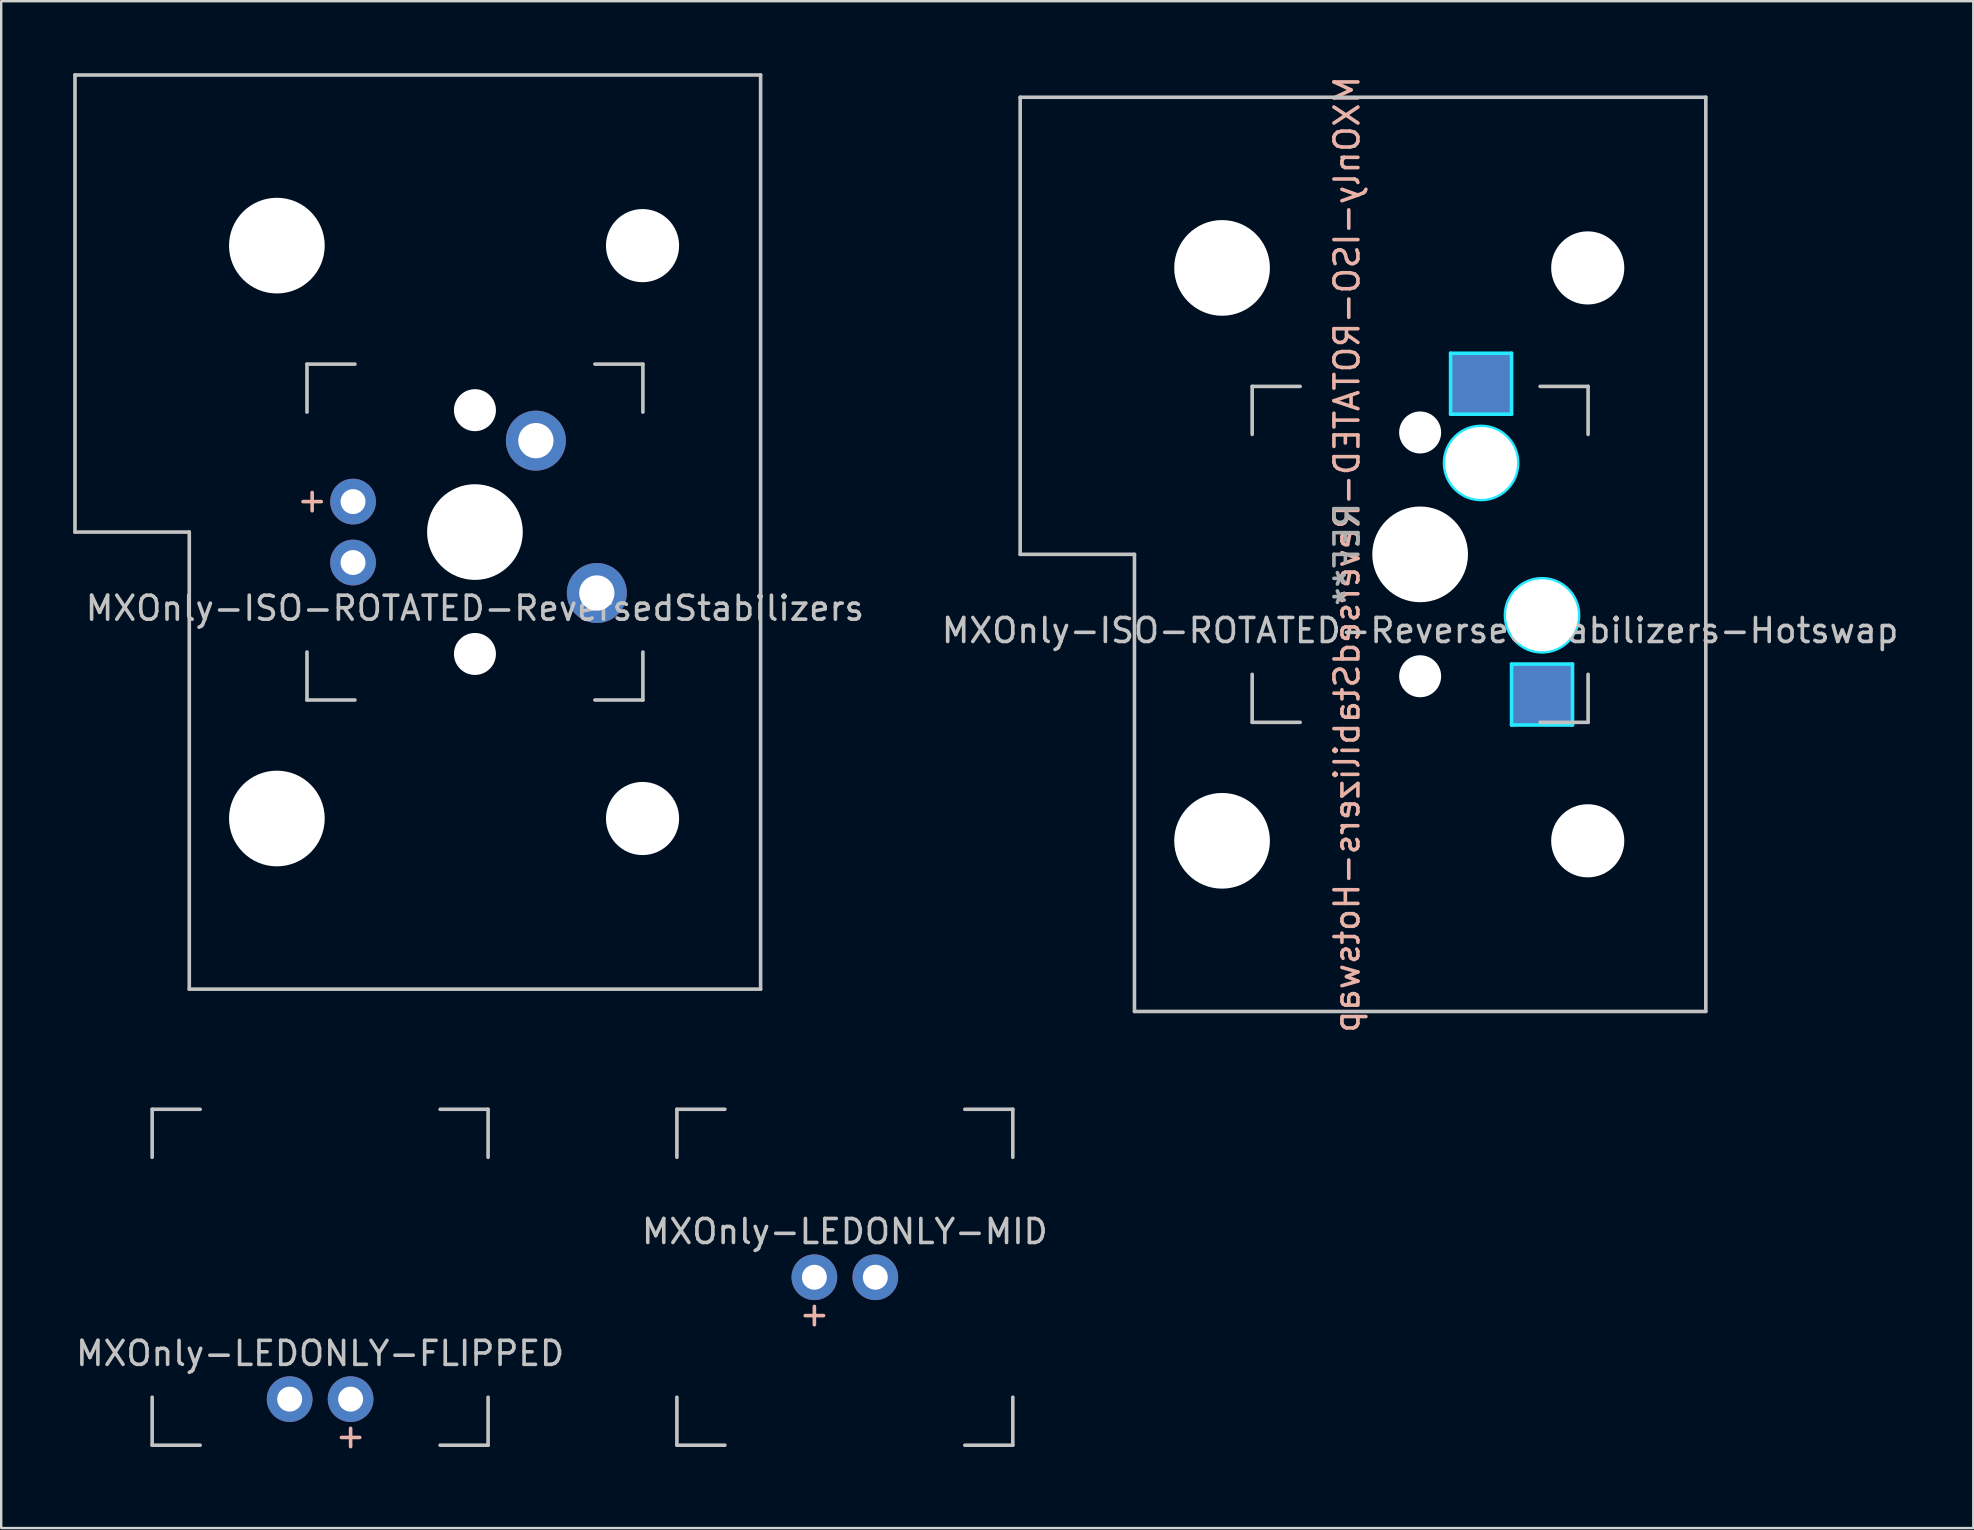
<source format=kicad_pcb>
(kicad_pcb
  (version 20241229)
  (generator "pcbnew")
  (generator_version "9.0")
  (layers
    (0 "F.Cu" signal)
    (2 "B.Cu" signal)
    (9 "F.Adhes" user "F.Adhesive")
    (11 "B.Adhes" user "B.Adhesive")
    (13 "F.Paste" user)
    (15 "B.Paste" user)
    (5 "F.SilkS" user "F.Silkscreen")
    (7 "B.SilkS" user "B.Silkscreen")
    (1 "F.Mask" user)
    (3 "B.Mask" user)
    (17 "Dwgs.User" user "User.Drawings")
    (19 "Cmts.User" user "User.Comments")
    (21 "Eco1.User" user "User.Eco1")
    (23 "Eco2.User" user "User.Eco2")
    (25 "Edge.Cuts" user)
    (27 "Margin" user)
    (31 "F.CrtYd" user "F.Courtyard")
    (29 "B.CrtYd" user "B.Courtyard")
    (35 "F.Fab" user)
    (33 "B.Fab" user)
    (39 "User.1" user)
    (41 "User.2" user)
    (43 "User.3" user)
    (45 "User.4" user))
  (footprint "MXOnly-ISO-ROTATED-ReversedStabilizers"
    (layer "F.Cu")
    (at 16.744 19.125)
    (property "Reference" "MXOnly-ISO-ROTATED-ReversedStabilizers" (at 0 3.175 0) (layer "Dwgs.User") (effects (font (size 1 1) (thickness 0.15))))
    (attr through_hole)
    (fp_line (start -16.669 -19.05) (end -16.669 0) (stroke (width 0.15) (type solid)) (layer "Dwgs.User"))
    (fp_line (start -16.669 -19.05) (end 11.906 -19.05) (stroke (width 0.15) (type solid)) (layer "Dwgs.User"))
    (fp_line (start -11.906 0) (end -16.669 0) (stroke (width 0.15) (type solid)) (layer "Dwgs.User"))
    (fp_line (start -11.906 19.05) (end -11.906 0) (stroke (width 0.15) (type solid)) (layer "Dwgs.User"))
    (fp_line (start -11.906 19.05) (end 11.906 19.05) (stroke (width 0.15) (type solid)) (layer "Dwgs.User"))
    (fp_line (start -7 -7) (end -7 -5) (stroke (width 0.15) (type solid)) (layer "Dwgs.User"))
    (fp_line (start -7 5) (end -7 7) (stroke (width 0.15) (type solid)) (layer "Dwgs.User"))
    (fp_line (start -7 7) (end -5 7) (stroke (width 0.15) (type solid)) (layer "Dwgs.User"))
    (fp_line (start -5 -7) (end -7 -7) (stroke (width 0.15) (type solid)) (layer "Dwgs.User"))
    (fp_line (start 5 -7) (end 7 -7) (stroke (width 0.15) (type solid)) (layer "Dwgs.User"))
    (fp_line (start 5 7) (end 7 7) (stroke (width 0.15) (type solid)) (layer "Dwgs.User"))
    (fp_line (start 7 -7) (end 7 -5) (stroke (width 0.15) (type solid)) (layer "Dwgs.User"))
    (fp_line (start 7 7) (end 7 5) (stroke (width 0.15) (type solid)) (layer "Dwgs.User"))
    (fp_line (start 11.906 -19.05) (end 11.906 19.05) (stroke (width 0.15) (type solid)) (layer "Dwgs.User"))
    (fp_text user "+" (at -6.858 -1.27 270) (layer "B.SilkS") (effects (font (size 1 1) (thickness 0.15))))
    (pad "" np_thru_hole circle (at -8.255 -11.938) (size 3.988 3.988) (drill 3.988) (layers "*.Cu" "*.Mask"))
    (pad "" np_thru_hole circle (at -8.255 11.938) (size 3.988 3.988) (drill 3.988) (layers "*.Cu" "*.Mask"))
    (pad "" np_thru_hole circle (at 0 -5.08 48.1) (size 1.75 1.75) (drill 1.75) (layers "*.Cu" "*.Mask"))
    (pad "" np_thru_hole circle (at 0 0) (size 3.988 3.988) (drill 3.988) (layers "*.Cu" "*.Mask"))
    (pad "" np_thru_hole circle (at 0 5.08 48.1) (size 1.75 1.75) (drill 1.75) (layers "*.Cu" "*.Mask"))
    (pad "" np_thru_hole circle (at 6.985 -11.938) (size 3.048 3.048) (drill 3.048) (layers "*.Cu" "*.Mask"))
    (pad "" np_thru_hole circle (at 6.985 11.938) (size 3.048 3.048) (drill 3.048) (layers "*.Cu" "*.Mask"))
    (pad "1" thru_hole circle (at 2.54 -3.81) (size 2.5 2.5) (drill 1.47) (layers "*.Cu" "*.Mask"))
    (pad "2" thru_hole circle (at 5.08 2.54) (size 2.5 2.5) (drill 1.47) (layers "*.Cu" "*.Mask"))
    (pad "3" thru_hole circle (at -5.08 -1.27) (size 1.905 1.905) (drill 1.04) (layers "*.Cu" "*.Mask"))
    (pad "4" thru_hole circle (at -5.08 1.27) (size 1.905 1.905) (drill 1.04) (layers "*.Cu" "*.Mask")))
  (footprint "MXOnly-LEDONLY-MID"
    (layer "F.Cu")
    (at 32.161 50.182)
    (property "Reference" "MXOnly-LEDONLY-MID" (at 0 -1.905 0) (layer "Dwgs.User") (effects (font (size 1 1) (thickness 0.15))))
    (attr through_hole)
    (fp_line (start -7 -7) (end -7 -5) (stroke (width 0.15) (type solid)) (layer "Dwgs.User"))
    (fp_line (start -7 5) (end -7 7) (stroke (width 0.15) (type solid)) (layer "Dwgs.User"))
    (fp_line (start -7 7) (end -5 7) (stroke (width 0.15) (type solid)) (layer "Dwgs.User"))
    (fp_line (start -5 -7) (end -7 -7) (stroke (width 0.15) (type solid)) (layer "Dwgs.User"))
    (fp_line (start 5 -7) (end 7 -7) (stroke (width 0.15) (type solid)) (layer "Dwgs.User"))
    (fp_line (start 5 7) (end 7 7) (stroke (width 0.15) (type solid)) (layer "Dwgs.User"))
    (fp_line (start 7 -7) (end 7 -5) (stroke (width 0.15) (type solid)) (layer "Dwgs.User"))
    (fp_line (start 7 7) (end 7 5) (stroke (width 0.15) (type solid)) (layer "Dwgs.User"))
    (fp_text user "+" (at -1.27 1.524 0) (layer "B.SilkS") (effects (font (size 1 1) (thickness 0.15))))
    (pad "1" thru_hole circle (at 1.27 0) (size 1.905 1.905) (drill 1.04) (layers "*.Cu" "*.Mask"))
    (pad "2" thru_hole circle (at -1.27 0) (size 1.905 1.905) (drill 1.04) (layers "*.Cu" "*.Mask")))
  (footprint "MXOnly-ISO-ROTATED-ReversedStabilizers-Hotswap"
    (layer "F.Cu")
    (at 56.137 20.054)
    (property "Reference" "MXOnly-ISO-ROTATED-ReversedStabilizers-Hotswap" (at 0 3.175 0) (layer "Dwgs.User") (effects (font (size 1 1) (thickness 0.15))))
    (attr through_hole)
    (fp_line (start -16.669 -19.05) (end -16.669 0) (stroke (width 0.15) (type solid)) (layer "Dwgs.User"))
    (fp_line (start -16.669 -19.05) (end 11.906 -19.05) (stroke (width 0.15) (type solid)) (layer "Dwgs.User"))
    (fp_line (start -11.906 0) (end -16.669 0) (stroke (width 0.15) (type solid)) (layer "Dwgs.User"))
    (fp_line (start -11.906 19.05) (end -11.906 0) (stroke (width 0.15) (type solid)) (layer "Dwgs.User"))
    (fp_line (start -11.906 19.05) (end 11.906 19.05) (stroke (width 0.15) (type solid)) (layer "Dwgs.User"))
    (fp_line (start -7 -7) (end -7 -5) (stroke (width 0.15) (type solid)) (layer "Dwgs.User"))
    (fp_line (start -7 5) (end -7 7) (stroke (width 0.15) (type solid)) (layer "Dwgs.User"))
    (fp_line (start -7 7) (end -5 7) (stroke (width 0.15) (type solid)) (layer "Dwgs.User"))
    (fp_line (start -5 -7) (end -7 -7) (stroke (width 0.15) (type solid)) (layer "Dwgs.User"))
    (fp_line (start 7 -7) (end 5 -7) (stroke (width 0.15) (type solid)) (layer "Dwgs.User"))
    (fp_line (start 7 -5) (end 7 -7) (stroke (width 0.15) (type solid)) (layer "Dwgs.User"))
    (fp_line (start 7 5) (end 7 7) (stroke (width 0.15) (type solid)) (layer "Dwgs.User"))
    (fp_line (start 7 7) (end 5 7) (stroke (width 0.15) (type solid)) (layer "Dwgs.User"))
    (fp_line (start 11.906 -19.05) (end 11.906 19.05) (stroke (width 0.15) (type solid)) (layer "Dwgs.User"))
    (fp_line (start 1.27 -8.382) (end 1.27 -5.842) (stroke (width 0.15) (type solid)) (layer "B.CrtYd"))
    (fp_line (start 1.27 -5.842) (end 3.81 -5.842) (stroke (width 0.15) (type solid)) (layer "B.CrtYd"))
    (fp_line (start 3.81 -8.382) (end 1.27 -8.382) (stroke (width 0.15) (type solid)) (layer "B.CrtYd"))
    (fp_line (start 3.81 -5.842) (end 3.81 -8.382) (stroke (width 0.15) (type solid)) (layer "B.CrtYd"))
    (fp_line (start 3.81 4.572) (end 6.35 4.572) (stroke (width 0.15) (type solid)) (layer "B.CrtYd"))
    (fp_line (start 3.81 7.112) (end 3.81 4.572) (stroke (width 0.15) (type solid)) (layer "B.CrtYd"))
    (fp_line (start 6.35 4.572) (end 6.35 7.112) (stroke (width 0.15) (type solid)) (layer "B.CrtYd"))
    (fp_line (start 6.35 7.112) (end 3.81 7.112) (stroke (width 0.15) (type solid)) (layer "B.CrtYd"))
    (fp_circle (center 2.54 -3.81) (end 4.064 -3.81) (stroke (width 0.15) (type solid)) (fill no) (layer "B.CrtYd"))
    (fp_circle (center 5.08 2.54) (end 6.604 2.54) (stroke (width 0.15) (type solid)) (fill no) (layer "B.CrtYd"))
    (fp_text user "${REFERENCE}" (at -3.048 0 270) (layer "B.SilkS") (effects (font (size 1 1) (thickness 0.15)) (justify mirror)))
    (fp_text user "REF**" (at -3.048 0 270) (layer "F.Fab") (effects (font (size 1 1) (thickness 0.15)) (justify mirror)))
    (pad "" np_thru_hole circle (at -8.255 -11.938) (size 3.988 3.988) (drill 3.988) (layers "*.Cu" "*.Mask"))
    (pad "" np_thru_hole circle (at -8.255 11.938) (size 3.988 3.988) (drill 3.988) (layers "*.Cu" "*.Mask"))
    (pad "" np_thru_hole circle (at 0 -5.08 318.1) (size 1.75 1.75) (drill 1.75) (layers "*.Cu" "*.Mask"))
    (pad "" np_thru_hole circle (at 0 0 270) (size 3.988 3.988) (drill 3.988) (layers "*.Cu" "*.Mask"))
    (pad "" np_thru_hole circle (at 0 5.08 318.1) (size 1.75 1.75) (drill 1.75) (layers "*.Cu" "*.Mask"))
    (pad "" np_thru_hole circle (at 2.54 -3.81 270) (size 3 3) (drill 3) (layers "*.Cu" "*.Mask"))
    (pad "" np_thru_hole circle (at 5.08 2.54 270) (size 3 3) (drill 3) (layers "*.Cu" "*.Mask"))
    (pad "" np_thru_hole circle (at 6.985 -11.938) (size 3.048 3.048) (drill 3.048) (layers "*.Cu" "*.Mask"))
    (pad "" np_thru_hole circle (at 6.985 11.938) (size 3.048 3.048) (drill 3.048) (layers "*.Cu" "*.Mask"))
    (pad "1" smd rect (at 2.54 -7.085 270) (size 2.55 2.5) (layers "B.Cu" "B.Mask" "B.Paste"))
    (pad "2" smd rect (at 5.08 5.842 270) (size 2.55 2.5) (layers "B.Cu" "B.Mask" "B.Paste")))
  (footprint "MXOnly-LEDONLY-FLIPPED"
    (layer "F.Cu")
    (at 10.292 50.182)
    (property "Reference" "MXOnly-LEDONLY-FLIPPED" (at 0 3.175 0) (layer "Dwgs.User") (effects (font (size 1 1) (thickness 0.15))))
    (attr through_hole)
    (fp_line (start -7 -7) (end -7 -5) (stroke (width 0.15) (type solid)) (layer "Dwgs.User"))
    (fp_line (start -7 5) (end -7 7) (stroke (width 0.15) (type solid)) (layer "Dwgs.User"))
    (fp_line (start -7 7) (end -5 7) (stroke (width 0.15) (type solid)) (layer "Dwgs.User"))
    (fp_line (start -5 -7) (end -7 -7) (stroke (width 0.15) (type solid)) (layer "Dwgs.User"))
    (fp_line (start 5 -7) (end 7 -7) (stroke (width 0.15) (type solid)) (layer "Dwgs.User"))
    (fp_line (start 5 7) (end 7 7) (stroke (width 0.15) (type solid)) (layer "Dwgs.User"))
    (fp_line (start 7 -7) (end 7 -5) (stroke (width 0.15) (type solid)) (layer "Dwgs.User"))
    (fp_line (start 7 7) (end 7 5) (stroke (width 0.15) (type solid)) (layer "Dwgs.User"))
    (fp_text user "+" (at 1.27 6.604 0) (layer "B.SilkS") (effects (font (size 1 1) (thickness 0.15))))
    (pad "1" thru_hole circle (at -1.27 5.08) (size 1.905 1.905) (drill 1.04) (layers "*.Cu" "*.Mask"))
    (pad "2" thru_hole circle (at 1.27 5.08) (size 1.905 1.905) (drill 1.04) (layers "*.Cu" "*.Mask")))
  (gr_rect
    (start -3 -3)
    (end 79.19 60.634)
    (stroke (width 0.1) (type default))
    (fill no)
    (layer "Edge.Cuts")))
</source>
